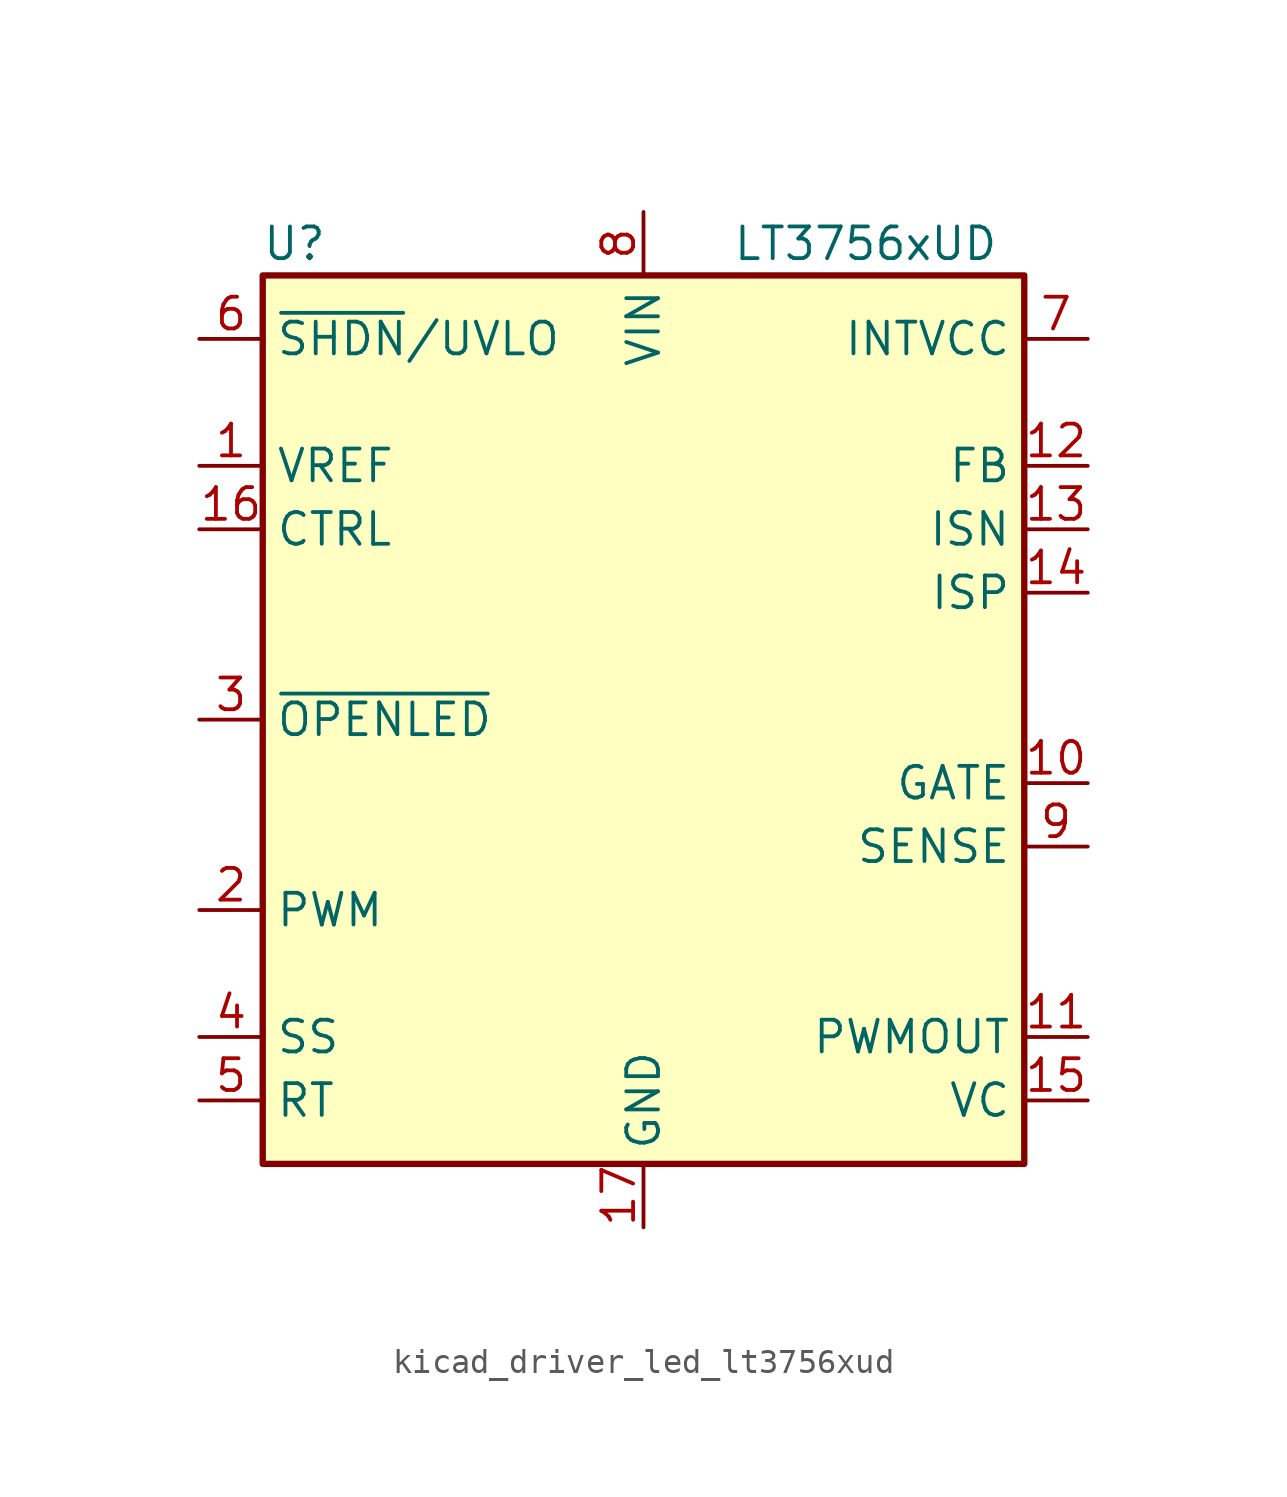
<source format=kicad_sym>
(kicad_symbol_lib
  (version 20220914)
  (generator kicad_symbol_editor)
  (symbol "kicad_driver_led_lt3756xud"
    (property "Reference" "U"
      (at -13.97 19.05 0)
      (effects (font (size 1.27 1.27))))
    (property "Value" "LT3756xUD"
      (at 8.89 19.05 0)
      (effects (font (size 1.27 1.27))))
    (symbol "kicad_driver_led_lt3756xud_0_1"
      (rectangle (start -15.24 -17.78) (end 15.24 17.78) (stroke (width 0.254) (type default)) (fill (type background))))
    (symbol "kicad_driver_led_lt3756xud_1_1"
      (pin output line (at -17.78 10.16 0) (length 2.54) (name "VREF" (effects (font (size 1.27 1.27)))) (number "1" (effects (font (size 1.27 1.27)))))
      (pin output line (at 17.78 -2.54 180) (length 2.54) (name "GATE" (effects (font (size 1.27 1.27)))) (number "10" (effects (font (size 1.27 1.27)))))
      (pin output line (at 17.78 -12.7 180) (length 2.54) (name "PWMOUT" (effects (font (size 1.27 1.27)))) (number "11" (effects (font (size 1.27 1.27)))))
      (pin input line (at 17.78 10.16 180) (length 2.54) (name "FB" (effects (font (size 1.27 1.27)))) (number "12" (effects (font (size 1.27 1.27)))))
      (pin input line (at 17.78 7.62 180) (length 2.54) (name "ISN" (effects (font (size 1.27 1.27)))) (number "13" (effects (font (size 1.27 1.27)))))
      (pin input line (at 17.78 5.08 180) (length 2.54) (name "ISP" (effects (font (size 1.27 1.27)))) (number "14" (effects (font (size 1.27 1.27)))))
      (pin output line (at 17.78 -15.24 180) (length 2.54) (name "VC" (effects (font (size 1.27 1.27)))) (number "15" (effects (font (size 1.27 1.27)))))
      (pin input line (at -17.78 7.62 0) (length 2.54) (name "CTRL" (effects (font (size 1.27 1.27)))) (number "16" (effects (font (size 1.27 1.27)))))
      (pin power_in line (at 0 -20.32 90) (length 2.54) (name "GND" (effects (font (size 1.27 1.27)))) (number "17" (effects (font (size 1.27 1.27)))))
      (pin input line (at -17.78 -7.62 0) (length 2.54) (name "PWM" (effects (font (size 1.27 1.27)))) (number "2" (effects (font (size 1.27 1.27)))))
      (pin input line (at -17.78 0 0) (length 2.54) (name "~{OPENLED}" (effects (font (size 1.27 1.27)))) (number "3" (effects (font (size 1.27 1.27)))))
      (pin input line (at -17.78 -12.7 0) (length 2.54) (name "SS" (effects (font (size 1.27 1.27)))) (number "4" (effects (font (size 1.27 1.27)))))
      (pin input line (at -17.78 -15.24 0) (length 2.54) (name "RT" (effects (font (size 1.27 1.27)))) (number "5" (effects (font (size 1.27 1.27)))))
      (pin input line (at -17.78 15.24 0) (length 2.54) (name "~{SHDN}/UVLO" (effects (font (size 1.27 1.27)))) (number "6" (effects (font (size 1.27 1.27)))))
      (pin power_out line (at 17.78 15.24 180) (length 2.54) (name "INTVCC" (effects (font (size 1.27 1.27)))) (number "7" (effects (font (size 1.27 1.27)))))
      (pin power_in line (at 0 20.32 270) (length 2.54) (name "VIN" (effects (font (size 1.27 1.27)))) (number "8" (effects (font (size 1.27 1.27)))))
      (pin input line (at 17.78 -5.08 180) (length 2.54) (name "SENSE" (effects (font (size 1.27 1.27)))) (number "9" (effects (font (size 1.27 1.27))))))))
</source>
